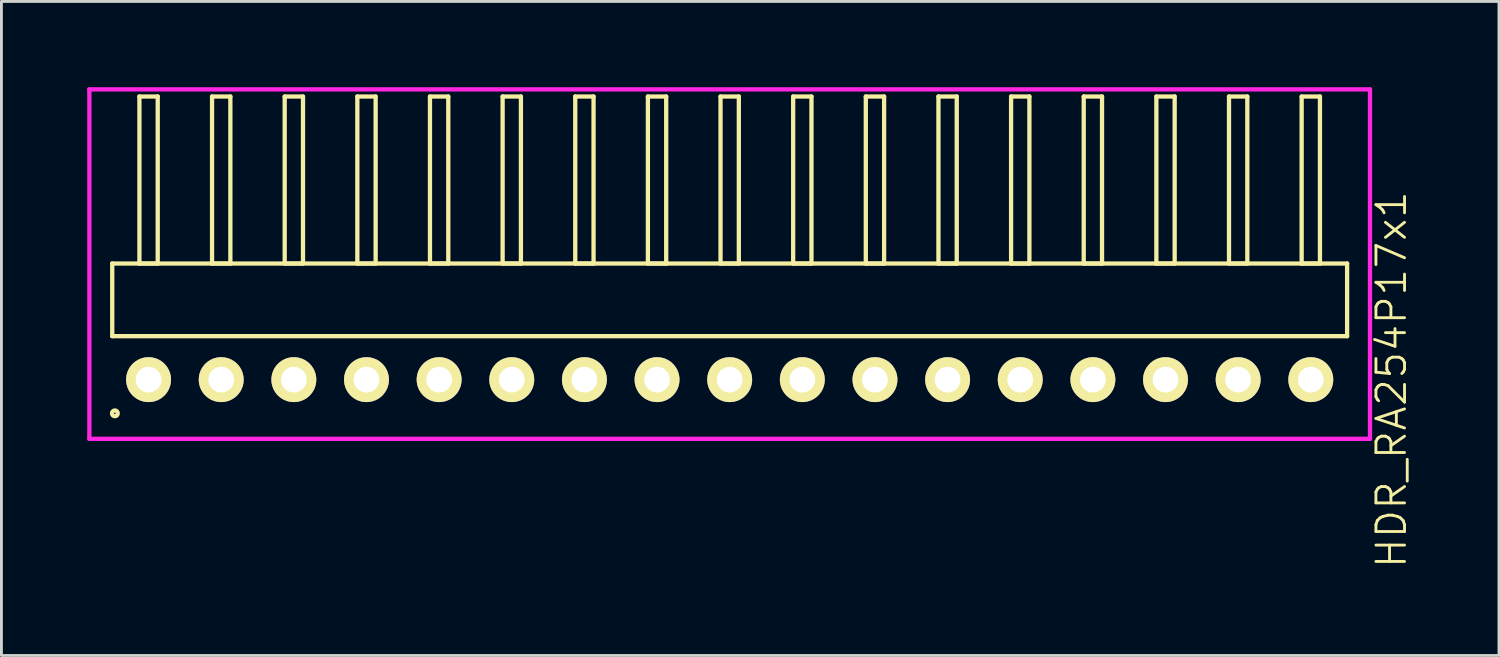
<source format=kicad_pcb>
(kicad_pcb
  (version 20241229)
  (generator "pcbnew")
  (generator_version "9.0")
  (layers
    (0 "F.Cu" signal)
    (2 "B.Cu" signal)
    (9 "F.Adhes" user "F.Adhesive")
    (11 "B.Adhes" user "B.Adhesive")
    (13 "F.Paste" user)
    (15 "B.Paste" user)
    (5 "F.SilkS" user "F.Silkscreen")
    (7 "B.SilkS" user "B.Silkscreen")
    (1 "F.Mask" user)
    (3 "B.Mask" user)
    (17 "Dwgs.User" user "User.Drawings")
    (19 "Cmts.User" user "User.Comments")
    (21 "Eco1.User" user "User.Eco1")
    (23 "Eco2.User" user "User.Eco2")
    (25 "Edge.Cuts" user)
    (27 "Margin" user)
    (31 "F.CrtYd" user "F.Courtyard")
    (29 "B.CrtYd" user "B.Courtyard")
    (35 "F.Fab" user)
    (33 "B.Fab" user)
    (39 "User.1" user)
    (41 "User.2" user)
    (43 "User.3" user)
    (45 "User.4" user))
  (footprint "HDR_RA254P17x1"
    (layer "F.Cu")
    (at 22.465 10.225)
    (property "Reference" "HDR_RA254P17x1" (at 23.14 0 90) (layer "F.SilkS") (effects (font (size 1 1) (thickness 0.1))))
    (attr through_hole)
    (fp_line (start -21.59 -4.06) (end -21.59 -1.52) (stroke (width 0.15) (type solid)) (layer "F.SilkS"))
    (fp_line (start -21.59 -1.52) (end 21.59 -1.52) (stroke (width 0.15) (type solid)) (layer "F.SilkS"))
    (fp_line (start -20.64 -9.9) (end -20.64 -4.06) (stroke (width 0.15) (type solid)) (layer "F.SilkS"))
    (fp_line (start -20.64 -4.06) (end -20 -4.06) (stroke (width 0.15) (type solid)) (layer "F.SilkS"))
    (fp_line (start -20 -9.9) (end -20.64 -9.9) (stroke (width 0.15) (type solid)) (layer "F.SilkS"))
    (fp_line (start -20 -4.06) (end -20 -9.9) (stroke (width 0.15) (type solid)) (layer "F.SilkS"))
    (fp_line (start -18.1 -9.9) (end -18.1 -4.06) (stroke (width 0.15) (type solid)) (layer "F.SilkS"))
    (fp_line (start -18.1 -4.06) (end -17.46 -4.06) (stroke (width 0.15) (type solid)) (layer "F.SilkS"))
    (fp_line (start -17.46 -9.9) (end -18.1 -9.9) (stroke (width 0.15) (type solid)) (layer "F.SilkS"))
    (fp_line (start -17.46 -4.06) (end -17.46 -9.9) (stroke (width 0.15) (type solid)) (layer "F.SilkS"))
    (fp_line (start -15.56 -9.9) (end -15.56 -4.06) (stroke (width 0.15) (type solid)) (layer "F.SilkS"))
    (fp_line (start -15.56 -4.06) (end -14.92 -4.06) (stroke (width 0.15) (type solid)) (layer "F.SilkS"))
    (fp_line (start -14.92 -9.9) (end -15.56 -9.9) (stroke (width 0.15) (type solid)) (layer "F.SilkS"))
    (fp_line (start -14.92 -4.06) (end -14.92 -9.9) (stroke (width 0.15) (type solid)) (layer "F.SilkS"))
    (fp_line (start -13.02 -9.9) (end -13.02 -4.06) (stroke (width 0.15) (type solid)) (layer "F.SilkS"))
    (fp_line (start -13.02 -4.06) (end -12.38 -4.06) (stroke (width 0.15) (type solid)) (layer "F.SilkS"))
    (fp_line (start -12.38 -9.9) (end -13.02 -9.9) (stroke (width 0.15) (type solid)) (layer "F.SilkS"))
    (fp_line (start -12.38 -4.06) (end -12.38 -9.9) (stroke (width 0.15) (type solid)) (layer "F.SilkS"))
    (fp_line (start -10.48 -9.9) (end -10.48 -4.06) (stroke (width 0.15) (type solid)) (layer "F.SilkS"))
    (fp_line (start -10.48 -4.06) (end -9.84 -4.06) (stroke (width 0.15) (type solid)) (layer "F.SilkS"))
    (fp_line (start -9.84 -9.9) (end -10.48 -9.9) (stroke (width 0.15) (type solid)) (layer "F.SilkS"))
    (fp_line (start -9.84 -4.06) (end -9.84 -9.9) (stroke (width 0.15) (type solid)) (layer "F.SilkS"))
    (fp_line (start -7.94 -9.9) (end -7.94 -4.06) (stroke (width 0.15) (type solid)) (layer "F.SilkS"))
    (fp_line (start -7.94 -4.06) (end -7.3 -4.06) (stroke (width 0.15) (type solid)) (layer "F.SilkS"))
    (fp_line (start -7.3 -9.9) (end -7.94 -9.9) (stroke (width 0.15) (type solid)) (layer "F.SilkS"))
    (fp_line (start -7.3 -4.06) (end -7.3 -9.9) (stroke (width 0.15) (type solid)) (layer "F.SilkS"))
    (fp_line (start -5.4 -9.9) (end -5.4 -4.06) (stroke (width 0.15) (type solid)) (layer "F.SilkS"))
    (fp_line (start -5.4 -4.06) (end -4.76 -4.06) (stroke (width 0.15) (type solid)) (layer "F.SilkS"))
    (fp_line (start -4.76 -9.9) (end -5.4 -9.9) (stroke (width 0.15) (type solid)) (layer "F.SilkS"))
    (fp_line (start -4.76 -4.06) (end -4.76 -9.9) (stroke (width 0.15) (type solid)) (layer "F.SilkS"))
    (fp_line (start -2.86 -9.9) (end -2.86 -4.06) (stroke (width 0.15) (type solid)) (layer "F.SilkS"))
    (fp_line (start -2.86 -4.06) (end -2.22 -4.06) (stroke (width 0.15) (type solid)) (layer "F.SilkS"))
    (fp_line (start -2.22 -9.9) (end -2.86 -9.9) (stroke (width 0.15) (type solid)) (layer "F.SilkS"))
    (fp_line (start -2.22 -4.06) (end -2.22 -9.9) (stroke (width 0.15) (type solid)) (layer "F.SilkS"))
    (fp_line (start -0.32 -9.9) (end -0.32 -4.06) (stroke (width 0.15) (type solid)) (layer "F.SilkS"))
    (fp_line (start -0.32 -4.06) (end 0.32 -4.06) (stroke (width 0.15) (type solid)) (layer "F.SilkS"))
    (fp_line (start 0.32 -9.9) (end -0.32 -9.9) (stroke (width 0.15) (type solid)) (layer "F.SilkS"))
    (fp_line (start 0.32 -4.06) (end 0.32 -9.9) (stroke (width 0.15) (type solid)) (layer "F.SilkS"))
    (fp_line (start 2.22 -9.9) (end 2.22 -4.06) (stroke (width 0.15) (type solid)) (layer "F.SilkS"))
    (fp_line (start 2.22 -4.06) (end 2.86 -4.06) (stroke (width 0.15) (type solid)) (layer "F.SilkS"))
    (fp_line (start 2.86 -9.9) (end 2.22 -9.9) (stroke (width 0.15) (type solid)) (layer "F.SilkS"))
    (fp_line (start 2.86 -4.06) (end 2.86 -9.9) (stroke (width 0.15) (type solid)) (layer "F.SilkS"))
    (fp_line (start 4.76 -9.9) (end 4.76 -4.06) (stroke (width 0.15) (type solid)) (layer "F.SilkS"))
    (fp_line (start 4.76 -4.06) (end 5.4 -4.06) (stroke (width 0.15) (type solid)) (layer "F.SilkS"))
    (fp_line (start 5.4 -9.9) (end 4.76 -9.9) (stroke (width 0.15) (type solid)) (layer "F.SilkS"))
    (fp_line (start 5.4 -4.06) (end 5.4 -9.9) (stroke (width 0.15) (type solid)) (layer "F.SilkS"))
    (fp_line (start 7.3 -9.9) (end 7.3 -4.06) (stroke (width 0.15) (type solid)) (layer "F.SilkS"))
    (fp_line (start 7.3 -4.06) (end 7.94 -4.06) (stroke (width 0.15) (type solid)) (layer "F.SilkS"))
    (fp_line (start 7.94 -9.9) (end 7.3 -9.9) (stroke (width 0.15) (type solid)) (layer "F.SilkS"))
    (fp_line (start 7.94 -4.06) (end 7.94 -9.9) (stroke (width 0.15) (type solid)) (layer "F.SilkS"))
    (fp_line (start 9.84 -9.9) (end 9.84 -4.06) (stroke (width 0.15) (type solid)) (layer "F.SilkS"))
    (fp_line (start 9.84 -4.06) (end 10.48 -4.06) (stroke (width 0.15) (type solid)) (layer "F.SilkS"))
    (fp_line (start 10.48 -9.9) (end 9.84 -9.9) (stroke (width 0.15) (type solid)) (layer "F.SilkS"))
    (fp_line (start 10.48 -4.06) (end 10.48 -9.9) (stroke (width 0.15) (type solid)) (layer "F.SilkS"))
    (fp_line (start 12.38 -9.9) (end 12.38 -4.06) (stroke (width 0.15) (type solid)) (layer "F.SilkS"))
    (fp_line (start 12.38 -4.06) (end 13.02 -4.06) (stroke (width 0.15) (type solid)) (layer "F.SilkS"))
    (fp_line (start 13.02 -9.9) (end 12.38 -9.9) (stroke (width 0.15) (type solid)) (layer "F.SilkS"))
    (fp_line (start 13.02 -4.06) (end 13.02 -9.9) (stroke (width 0.15) (type solid)) (layer "F.SilkS"))
    (fp_line (start 14.92 -9.9) (end 14.92 -4.06) (stroke (width 0.15) (type solid)) (layer "F.SilkS"))
    (fp_line (start 14.92 -4.06) (end 15.56 -4.06) (stroke (width 0.15) (type solid)) (layer "F.SilkS"))
    (fp_line (start 15.56 -9.9) (end 14.92 -9.9) (stroke (width 0.15) (type solid)) (layer "F.SilkS"))
    (fp_line (start 15.56 -4.06) (end 15.56 -9.9) (stroke (width 0.15) (type solid)) (layer "F.SilkS"))
    (fp_line (start 17.46 -9.9) (end 17.46 -4.06) (stroke (width 0.15) (type solid)) (layer "F.SilkS"))
    (fp_line (start 17.46 -4.06) (end 18.1 -4.06) (stroke (width 0.15) (type solid)) (layer "F.SilkS"))
    (fp_line (start 18.1 -9.9) (end 17.46 -9.9) (stroke (width 0.15) (type solid)) (layer "F.SilkS"))
    (fp_line (start 18.1 -4.06) (end 18.1 -9.9) (stroke (width 0.15) (type solid)) (layer "F.SilkS"))
    (fp_line (start 20 -9.9) (end 20 -4.06) (stroke (width 0.15) (type solid)) (layer "F.SilkS"))
    (fp_line (start 20 -4.06) (end 20.64 -4.06) (stroke (width 0.15) (type solid)) (layer "F.SilkS"))
    (fp_line (start 20.64 -9.9) (end 20 -9.9) (stroke (width 0.15) (type solid)) (layer "F.SilkS"))
    (fp_line (start 20.64 -4.06) (end 20.64 -9.9) (stroke (width 0.15) (type solid)) (layer "F.SilkS"))
    (fp_line (start 21.59 -4.06) (end -21.59 -4.06) (stroke (width 0.15) (type solid)) (layer "F.SilkS"))
    (fp_line (start 21.59 -1.52) (end 21.59 -4.06) (stroke (width 0.15) (type solid)) (layer "F.SilkS"))
    (fp_circle (center -21.498 1.178) (end -21.397 1.178) (stroke (width 0.15) (type solid)) (fill no) (layer "F.SilkS"))
    (fp_line (start -22.39 -10.15) (end -22.39 2.07) (stroke (width 0.15) (type solid)) (layer "F.CrtYd"))
    (fp_line (start -22.39 2.07) (end 22.39 2.07) (stroke (width 0.15) (type solid)) (layer "F.CrtYd"))
    (fp_line (start 22.39 -10.15) (end -22.39 -10.15) (stroke (width 0.15) (type solid)) (layer "F.CrtYd"))
    (fp_line (start 22.39 2.07) (end 22.39 -10.15) (stroke (width 0.15) (type solid)) (layer "F.CrtYd"))
    (pad "1" thru_hole oval (at -20.32 0) (size 1.57 1.57) (drill 0.9) (layers "*.Cu" "*.Mask" "F.SilkS"))
    (pad "2" thru_hole oval (at -17.78 0) (size 1.57 1.57) (drill 0.9) (layers "*.Cu" "*.Mask" "F.SilkS"))
    (pad "3" thru_hole oval (at -15.24 0) (size 1.57 1.57) (drill 0.9) (layers "*.Cu" "*.Mask" "F.SilkS"))
    (pad "4" thru_hole oval (at -12.7 0) (size 1.57 1.57) (drill 0.9) (layers "*.Cu" "*.Mask" "F.SilkS"))
    (pad "5" thru_hole oval (at -10.16 0) (size 1.57 1.57) (drill 0.9) (layers "*.Cu" "*.Mask" "F.SilkS"))
    (pad "6" thru_hole oval (at -7.62 0) (size 1.57 1.57) (drill 0.9) (layers "*.Cu" "*.Mask" "F.SilkS"))
    (pad "7" thru_hole oval (at -5.08 0) (size 1.57 1.57) (drill 0.9) (layers "*.Cu" "*.Mask" "F.SilkS"))
    (pad "8" thru_hole oval (at -2.54 0) (size 1.57 1.57) (drill 0.9) (layers "*.Cu" "*.Mask" "F.SilkS"))
    (pad "9" thru_hole oval (at 0 0) (size 1.57 1.57) (drill 0.9) (layers "*.Cu" "*.Mask" "F.SilkS"))
    (pad "10" thru_hole oval (at 2.54 0) (size 1.57 1.57) (drill 0.9) (layers "*.Cu" "*.Mask" "F.SilkS"))
    (pad "11" thru_hole oval (at 5.08 0) (size 1.57 1.57) (drill 0.9) (layers "*.Cu" "*.Mask" "F.SilkS"))
    (pad "12" thru_hole oval (at 7.62 0) (size 1.57 1.57) (drill 0.9) (layers "*.Cu" "*.Mask" "F.SilkS"))
    (pad "13" thru_hole oval (at 10.16 0) (size 1.57 1.57) (drill 0.9) (layers "*.Cu" "*.Mask" "F.SilkS"))
    (pad "14" thru_hole oval (at 12.7 0) (size 1.57 1.57) (drill 0.9) (layers "*.Cu" "*.Mask" "F.SilkS"))
    (pad "15" thru_hole oval (at 15.24 0) (size 1.57 1.57) (drill 0.9) (layers "*.Cu" "*.Mask" "F.SilkS"))
    (pad "16" thru_hole oval (at 17.78 0) (size 1.57 1.57) (drill 0.9) (layers "*.Cu" "*.Mask" "F.SilkS"))
    (pad "17" thru_hole oval (at 20.32 0) (size 1.57 1.57) (drill 0.9) (layers "*.Cu" "*.Mask" "F.SilkS")))
  (gr_rect
    (start -3 -3)
    (end 49.365 19.87)
    (stroke (width 0.1) (type default))
    (fill no)
    (layer "Edge.Cuts")))
</source>
